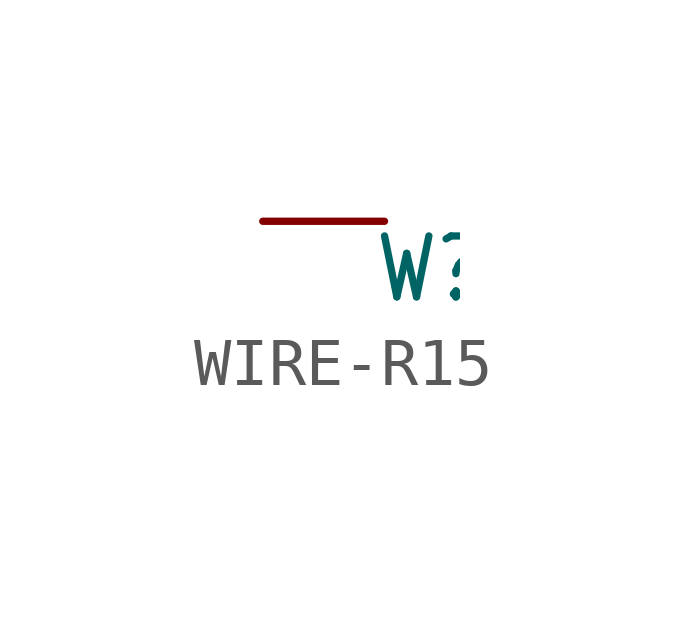
<source format=kicad_sym>
(kicad_symbol_lib
  (version 20211014)
  (generator kicad_symbol_editor)
  (symbol "WIRE-R15"
    (property "Reference" "W"
      (at 2.286 -0.254 0)
      (effects (font (size 1.27 1.079)) (justify left top)))
    (property "ki_locked" ""
      (at 0 0 0)
      (effects (font (size 1.27 1.27))))
    (symbol "WIRE-R15_1_0"
      (pin bidirectional line (at 0 0 0) (length 2.54) (name "P$1" (effects (font (size 0 0)))) (number "P$1" (effects (font (size 0 0))))))))
</source>
